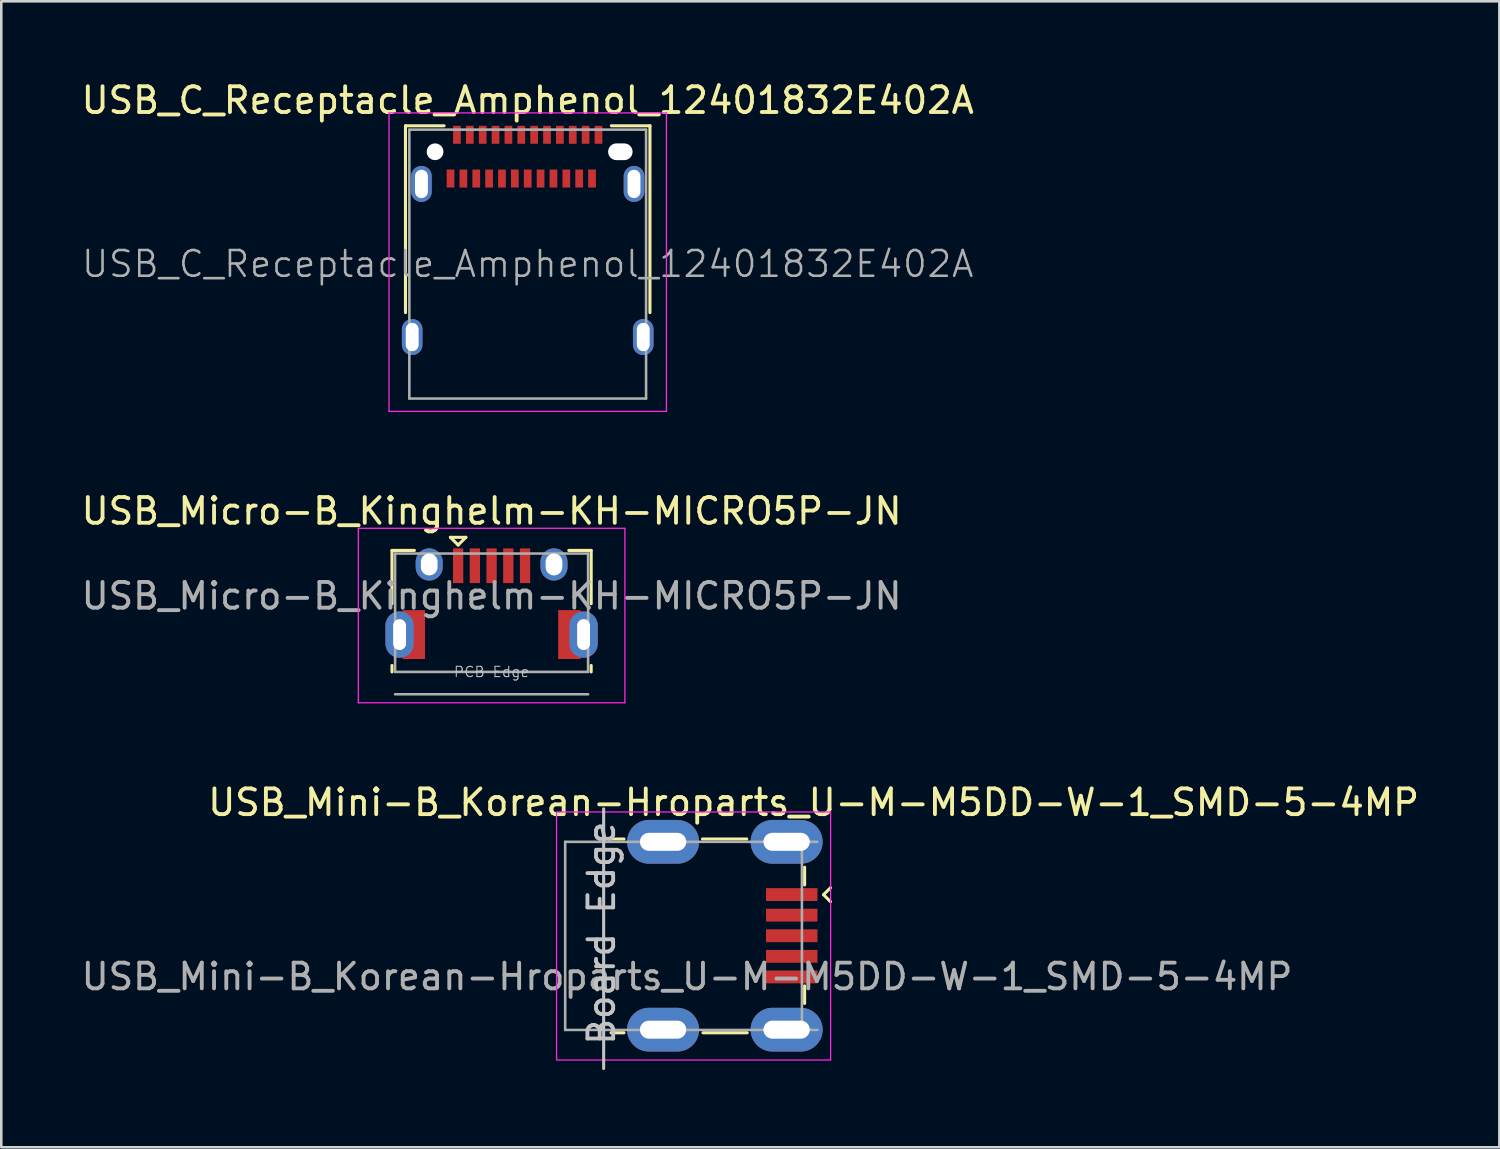
<source format=kicad_pcb>
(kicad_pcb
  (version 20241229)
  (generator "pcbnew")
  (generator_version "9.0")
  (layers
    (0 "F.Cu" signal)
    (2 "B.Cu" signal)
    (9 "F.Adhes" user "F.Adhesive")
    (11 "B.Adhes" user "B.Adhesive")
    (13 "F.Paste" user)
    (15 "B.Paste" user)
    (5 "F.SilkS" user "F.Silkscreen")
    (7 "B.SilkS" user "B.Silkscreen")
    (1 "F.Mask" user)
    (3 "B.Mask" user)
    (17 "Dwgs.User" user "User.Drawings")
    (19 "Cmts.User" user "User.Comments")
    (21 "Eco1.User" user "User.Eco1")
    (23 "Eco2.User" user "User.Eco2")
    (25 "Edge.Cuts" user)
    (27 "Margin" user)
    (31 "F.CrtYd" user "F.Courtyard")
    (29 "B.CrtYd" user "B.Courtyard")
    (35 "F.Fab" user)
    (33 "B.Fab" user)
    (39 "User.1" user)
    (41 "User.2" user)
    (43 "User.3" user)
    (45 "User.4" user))
  (footprint "USB_Micro-B_Kinghelm-KH-MICRO5P-JN"
    (layer "F.Cu")
    (at 16.054 21.611)
    (property "Reference" "USB_Micro-B_Kinghelm-KH-MICRO5P-JN" (at 0 -4.8 180) (layer "F.SilkS") (effects (font (size 1 1) (thickness 0.15))))
    (attr smd)
    (fp_line (start -3.87 -3.27) (end -3.87 -1.2) (stroke (width 0.12) (type solid)) (layer "F.SilkS"))
    (fp_line (start -3.87 -3.27) (end -3 -3.27) (stroke (width 0.12) (type solid)) (layer "F.SilkS"))
    (fp_line (start -3.87 1.2) (end -3.87 1.45) (stroke (width 0.12) (type solid)) (layer "F.SilkS"))
    (fp_line (start -1.6 -3.78) (end -1 -3.78) (stroke (width 0.12) (type solid)) (layer "F.SilkS"))
    (fp_line (start -1.3 -3.48) (end -1.6 -3.78) (stroke (width 0.12) (type solid)) (layer "F.SilkS"))
    (fp_line (start -1.3 -3.48) (end -1 -3.78) (stroke (width 0.12) (type solid)) (layer "F.SilkS"))
    (fp_line (start 3 -3.27) (end 3.87 -3.27) (stroke (width 0.12) (type solid)) (layer "F.SilkS"))
    (fp_line (start 3.87 -3.27) (end 3.87 -1.2) (stroke (width 0.12) (type solid)) (layer "F.SilkS"))
    (fp_line (start 3.87 1.2) (end 3.87 1.45) (stroke (width 0.12) (type solid)) (layer "F.SilkS"))
    (fp_line (start -5.18 -4.13) (end -5.18 2.65) (stroke (width 0.05) (type solid)) (layer "F.CrtYd"))
    (fp_line (start -5.18 -4.13) (end 5.18 -4.13) (stroke (width 0.05) (type solid)) (layer "F.CrtYd"))
    (fp_line (start -5.18 2.65) (end 5.18 2.65) (stroke (width 0.05) (type solid)) (layer "F.CrtYd"))
    (fp_line (start 5.18 -4.13) (end 5.18 2.65) (stroke (width 0.05) (type solid)) (layer "F.CrtYd"))
    (fp_line (start -3.75 -3.15) (end -3.75 1.45) (stroke (width 0.1) (type solid)) (layer "F.Fab"))
    (fp_line (start -3.75 -3.15) (end 3.75 -3.15) (stroke (width 0.1) (type solid)) (layer "F.Fab"))
    (fp_line (start -3.75 1.45) (end 3.75 1.45) (stroke (width 0.1) (type solid)) (layer "F.Fab"))
    (fp_line (start -3.75 2.32) (end 3.75 2.32) (stroke (width 0.1) (type solid)) (layer "F.Fab"))
    (fp_line (start 3.75 -3.15) (end 3.75 1.45) (stroke (width 0.1) (type solid)) (layer "F.Fab"))
    (fp_text user "PCB Edge" (at 0 1.45 0) (layer "Dwgs.User") (effects (font (size 0.4 0.4) (thickness 0.04))))
    (fp_text user "${REFERENCE}" (at 0 -1.5 0) (layer "F.Fab") (effects (font (size 1 1) (thickness 0.15))))
    (pad "" smd rect (at -2.83 0.01) (size 0.3 0.85) (layers "F.Paste"))
    (pad "" smd rect (at 2.8 0.02) (size 0.3 0.85) (layers "F.Paste"))
    (pad "1" smd rect (at -1.3 -2.675) (size 0.4 1.35) (layers "F.Cu" "F.Mask" "F.Paste"))
    (pad "2" smd rect (at -0.65 -2.675) (size 0.4 1.35) (layers "F.Cu" "F.Mask" "F.Paste"))
    (pad "3" smd rect (at 0 -2.675) (size 0.4 1.35) (layers "F.Cu" "F.Mask" "F.Paste"))
    (pad "4" smd rect (at 0.65 -2.675) (size 0.4 1.35) (layers "F.Cu" "F.Mask" "F.Paste"))
    (pad "5" smd rect (at 1.3 -2.675) (size 0.4 1.35) (layers "F.Cu" "F.Mask" "F.Paste"))
    (pad "6" thru_hole oval (at -3.575 0) (size 1.1 1.8) (drill oval 0.5 1.2) (layers "*.Cu" "*.Mask"))
    (pad "6" smd rect (at -3.025 0) (size 0.875 1.9) (layers "F.Cu" "F.Mask"))
    (pad "6" thru_hole oval (at -2.425 -2.725) (size 1.05 1.25) (drill oval 0.65 0.85) (layers "*.Cu" "*.Mask"))
    (pad "6" thru_hole oval (at 2.425 -2.725) (size 1.05 1.25) (drill oval 0.65 0.85) (layers "*.Cu" "*.Mask"))
    (pad "6" smd rect (at 3.025 0) (size 0.875 1.9) (layers "F.Cu" "F.Mask"))
    (pad "6" thru_hole oval (at 3.575 0) (size 1.1 1.8) (drill oval 0.5 1.2) (layers "*.Cu" "*.Mask")))
  (footprint "USB_C_Receptacle_Amphenol_12401832E402A"
    (layer "F.Cu")
    (at 17.458 7.208)
    (property "Reference" "USB_C_Receptacle_Amphenol_12401832E402A" (at 0 -6.36 0) (layer "F.SilkS") (effects (font (size 1 1) (thickness 0.15))))
    (attr smd)
    (fp_line (start -4.75 -5.37) (end -4.75 1.89) (stroke (width 0.12) (type solid)) (layer "F.SilkS"))
    (fp_line (start -4.75 -5.37) (end -3.25 -5.37) (stroke (width 0.12) (type solid)) (layer "F.SilkS"))
    (fp_line (start 3.25 -5.37) (end 4.75 -5.37) (stroke (width 0.12) (type solid)) (layer "F.SilkS"))
    (fp_line (start 4.75 -5.37) (end 4.75 1.89) (stroke (width 0.12) (type solid)) (layer "F.SilkS"))
    (fp_line (start -5.39 -5.87) (end 5.39 -5.87) (stroke (width 0.05) (type solid)) (layer "F.CrtYd"))
    (fp_line (start -5.39 5.73) (end -5.39 -5.87) (stroke (width 0.05) (type solid)) (layer "F.CrtYd"))
    (fp_line (start 5.39 -5.87) (end 5.39 5.73) (stroke (width 0.05) (type solid)) (layer "F.CrtYd"))
    (fp_line (start 5.39 5.73) (end -5.39 5.73) (stroke (width 0.05) (type solid)) (layer "F.CrtYd"))
    (fp_line (start -4.6 -5.22) (end 4.6 -5.22) (stroke (width 0.1) (type solid)) (layer "F.Fab"))
    (fp_line (start -4.6 5.23) (end -4.6 -5.22) (stroke (width 0.1) (type solid)) (layer "F.Fab"))
    (fp_line (start -4.6 5.23) (end 4.6 5.23) (stroke (width 0.1) (type solid)) (layer "F.Fab"))
    (fp_line (start 4.6 5.23) (end 4.6 -5.22) (stroke (width 0.1) (type solid)) (layer "F.Fab"))
    (fp_text user "${REFERENCE}" (at 0 0 0) (layer "F.Fab") (effects (font (size 1 1) (thickness 0.1))))
    (pad "" np_thru_hole circle (at -3.6 -4.36) (size 0.65 0.65) (drill 0.65) (layers "*.Cu" "*.Mask"))
    (pad "" np_thru_hole oval (at 3.6 -4.36) (size 0.95 0.65) (drill oval 0.95 0.65) (layers "*.Cu" "*.Mask"))
    (pad "A1" smd rect (at -2.75 -5.02) (size 0.3 0.7) (layers "F.Cu" "F.Mask" "F.Paste"))
    (pad "A2" smd rect (at -2.25 -5.02) (size 0.3 0.7) (layers "F.Cu" "F.Mask" "F.Paste"))
    (pad "A3" smd rect (at -1.75 -5.02) (size 0.3 0.7) (layers "F.Cu" "F.Mask" "F.Paste"))
    (pad "A4" smd rect (at -1.25 -5.02) (size 0.3 0.7) (layers "F.Cu" "F.Mask" "F.Paste"))
    (pad "A5" smd rect (at -0.75 -5.02) (size 0.3 0.7) (layers "F.Cu" "F.Mask" "F.Paste"))
    (pad "A6" smd rect (at -0.25 -5.02) (size 0.3 0.7) (layers "F.Cu" "F.Mask" "F.Paste"))
    (pad "A7" smd rect (at 0.25 -5.02) (size 0.3 0.7) (layers "F.Cu" "F.Mask" "F.Paste"))
    (pad "A8" smd rect (at 0.75 -5.02) (size 0.3 0.7) (layers "F.Cu" "F.Mask" "F.Paste"))
    (pad "A9" smd rect (at 1.25 -5.02) (size 0.3 0.7) (layers "F.Cu" "F.Mask" "F.Paste"))
    (pad "A10" smd rect (at 1.75 -5.02) (size 0.3 0.7) (layers "F.Cu" "F.Mask" "F.Paste"))
    (pad "A11" smd rect (at 2.25 -5.02) (size 0.3 0.7) (layers "F.Cu" "F.Mask" "F.Paste"))
    (pad "A12" smd rect (at 2.75 -5.02) (size 0.3 0.7) (layers "F.Cu" "F.Mask" "F.Paste"))
    (pad "B1" smd rect (at 2.5 -3.32) (size 0.3 0.7) (layers "F.Cu" "F.Mask" "F.Paste"))
    (pad "B2" smd rect (at 2 -3.32) (size 0.3 0.7) (layers "F.Cu" "F.Mask" "F.Paste"))
    (pad "B3" smd rect (at 1.5 -3.32) (size 0.3 0.7) (layers "F.Cu" "F.Mask" "F.Paste"))
    (pad "B4" smd rect (at 1 -3.32) (size 0.3 0.7) (layers "F.Cu" "F.Mask" "F.Paste"))
    (pad "B5" smd rect (at 0.5 -3.32) (size 0.3 0.7) (layers "F.Cu" "F.Mask" "F.Paste"))
    (pad "B6" smd rect (at 0 -3.32) (size 0.3 0.7) (layers "F.Cu" "F.Mask" "F.Paste"))
    (pad "B7" smd rect (at -0.5 -3.32) (size 0.3 0.7) (layers "F.Cu" "F.Mask" "F.Paste"))
    (pad "B8" smd rect (at -1 -3.32) (size 0.3 0.7) (layers "F.Cu" "F.Mask" "F.Paste"))
    (pad "B9" smd rect (at -1.5 -3.32) (size 0.3 0.7) (layers "F.Cu" "F.Mask" "F.Paste"))
    (pad "B10" smd rect (at -2 -3.32) (size 0.3 0.7) (layers "F.Cu" "F.Mask" "F.Paste"))
    (pad "B11" smd rect (at -2.5 -3.32) (size 0.3 0.7) (layers "F.Cu" "F.Mask" "F.Paste"))
    (pad "B12" smd rect (at -3 -3.32) (size 0.3 0.7) (layers "F.Cu" "F.Mask" "F.Paste"))
    (pad "S1" thru_hole oval (at -4.49 2.84) (size 0.8 1.4) (drill oval 0.5 1.1) (layers "*.Cu" "*.Mask"))
    (pad "S1" thru_hole oval (at -4.13 -3.11) (size 0.8 1.4) (drill oval 0.5 1.1) (layers "*.Cu" "*.Mask"))
    (pad "S1" thru_hole oval (at 4.13 -3.11) (size 0.8 1.4) (drill oval 0.5 1.1) (layers "*.Cu" "*.Mask"))
    (pad "S1" thru_hole oval (at 4.49 2.84) (size 0.8 1.4) (drill oval 0.5 1.1) (layers "*.Cu" "*.Mask")))
  (footprint "USB_Mini-B_Korean-Hroparts_U-M-M5DD-W-1_SMD-5-4MP"
    (layer "F.Cu")
    (at 27.719 33.315)
    (property "Reference" "USB_Mini-B_Korean-Hroparts_U-M-M5DD-W-1_SMD-5-4MP" (at 0.85 -5.18 0) (unlocked yes) (layer "F.SilkS") (effects (font (size 1 1) (thickness 0.15))))
    (attr smd)
    (fp_line (start -6.52 -3.76) (end -7.02 -3.76) (stroke (width 0.12) (type default)) (layer "F.SilkS"))
    (fp_line (start -6.52 3.77) (end -7.02 3.77) (stroke (width 0.12) (type default)) (layer "F.SilkS"))
    (fp_line (start -3.47 -3.76) (end -1.75 -3.76) (stroke (width 0.12) (type default)) (layer "F.SilkS"))
    (fp_line (start -3.45 3.77) (end -1.73 3.77) (stroke (width 0.12) (type default)) (layer "F.SilkS"))
    (fp_line (start 0.5 -2.665) (end 0.5 -1.975) (stroke (width 0.12) (type default)) (layer "F.SilkS"))
    (fp_line (start 0.5 1.95) (end 0.5 2.63) (stroke (width 0.12) (type default)) (layer "F.SilkS"))
    (fp_line (start 1.235 -1.595) (end 1.505 -1.325) (stroke (width 0.12) (type default)) (layer "F.SilkS"))
    (fp_line (start 1.505 -1.865) (end 1.235 -1.595) (stroke (width 0.12) (type default)) (layer "F.SilkS"))
    (fp_line (start -7.31 -4.93) (end -7.31 5.16) (stroke (width 0.12) (type default)) (layer "Dwgs.User"))
    (fp_line (start 1.015 0) (end 0.965 0) (stroke (width 0.02) (type default)) (layer "Margin"))
    (fp_rect (start 1.51 -4.81) (end -9.14 4.83) (stroke (width 0.05) (type default)) (fill no) (layer "F.CrtYd"))
    (fp_line (start -8.805 -3.65) (end -8.805 3.66) (stroke (width 0.1) (type default)) (layer "F.Fab"))
    (fp_line (start -8.805 3.66) (end 0.995 3.66) (stroke (width 0.1) (type default)) (layer "F.Fab"))
    (fp_line (start 0.395 -3.65) (end 0.395 3.66) (stroke (width 0.1) (type default)) (layer "F.Fab"))
    (fp_line (start 0.995 -3.65) (end -8.805 -3.65) (stroke (width 0.1) (type default)) (layer "F.Fab"))
    (fp_line (start 0.995 -3.65) (end 0.995 3.65) (stroke (width 0.02) (type default)) (layer "User.2"))
    (fp_text user "Board Edge" (at -6.81 4.33 90) (unlocked yes) (layer "Dwgs.User") (effects (font (size 1 1) (thickness 0.15)) (justify left bottom)))
    (fp_text user "${REFERENCE}" (at -4.07 1.59 0) (unlocked yes) (layer "F.Fab") (effects (font (size 1 1) (thickness 0.15))))
    (pad "1" smd rect (at 0 -1.6) (size 2 0.5) (layers "F.Cu" "F.Mask" "F.Paste"))
    (pad "2" smd rect (at 0 -0.8) (size 2 0.5) (layers "F.Cu" "F.Mask" "F.Paste"))
    (pad "3" smd rect (at 0 0) (size 2 0.5) (layers "F.Cu" "F.Mask" "F.Paste"))
    (pad "4" smd rect (at 0 0.8) (size 2 0.5) (layers "F.Cu" "F.Mask" "F.Paste"))
    (pad "5" smd rect (at 0 1.6) (size 2 0.5) (layers "F.Cu" "F.Mask" "F.Paste"))
    (pad "SH" thru_hole oval (at -5 -3.65) (size 2.8 1.7) (drill oval 1.8 0.7) (layers "*.Cu" "*.Mask"))
    (pad "SH" thru_hole oval (at -5 3.65) (size 2.8 1.7) (drill oval 1.8 0.7) (layers "*.Cu" "*.Mask"))
    (pad "SH" thru_hole oval (at -0.2 -3.65) (size 2.8 1.7) (drill oval 1.8 0.7) (layers "*.Cu" "*.Mask"))
    (pad "SH" thru_hole oval (at -0.2 3.65) (size 2.8 1.7) (drill oval 1.8 0.7) (layers "*.Cu" "*.Mask")))
  (gr_rect
    (start -3 -3)
    (end 55.218 41.535)
    (stroke (width 0.1) (type default))
    (fill no)
    (layer "Edge.Cuts")))
</source>
